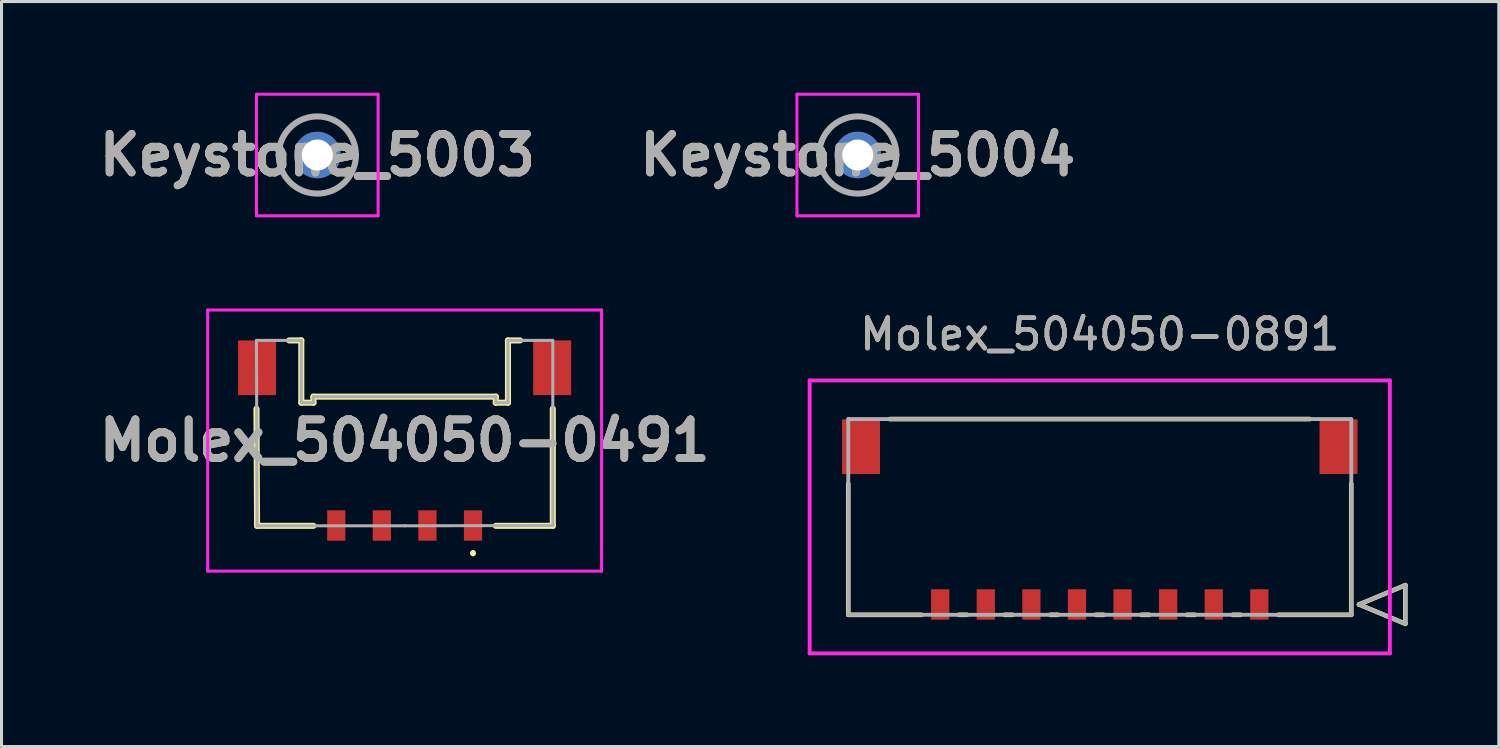
<source format=kicad_pcb>
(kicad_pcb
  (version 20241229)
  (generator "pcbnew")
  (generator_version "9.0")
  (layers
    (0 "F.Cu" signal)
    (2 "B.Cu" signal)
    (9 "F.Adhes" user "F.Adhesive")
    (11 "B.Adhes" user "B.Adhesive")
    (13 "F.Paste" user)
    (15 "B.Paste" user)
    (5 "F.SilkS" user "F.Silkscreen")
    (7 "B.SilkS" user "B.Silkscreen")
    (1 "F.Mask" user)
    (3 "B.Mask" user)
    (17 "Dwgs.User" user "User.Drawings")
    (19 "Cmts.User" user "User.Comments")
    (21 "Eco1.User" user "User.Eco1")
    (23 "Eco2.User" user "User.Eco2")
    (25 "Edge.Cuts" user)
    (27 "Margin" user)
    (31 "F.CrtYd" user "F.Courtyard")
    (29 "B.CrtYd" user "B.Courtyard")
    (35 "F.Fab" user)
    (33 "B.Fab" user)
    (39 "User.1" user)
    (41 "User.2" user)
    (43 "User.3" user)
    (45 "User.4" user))
  (footprint "Molex_504050-0891"
    (layer "F.Cu")
    (at 38.384 16.838)
    (property "Reference" "Molex_504050-0891" (at -5.25 -8.89 0) (unlocked yes) (layer "F.SilkS") (effects (font (size 1 1) (thickness 0.15))))
    (attr smd)
    (fp_line (start -13.525 -3.97) (end -13.525 0.34) (stroke (width 0.152) (type solid)) (layer "F.SilkS"))
    (fp_line (start -13.525 0.34) (end -11.12 0.34) (stroke (width 0.152) (type solid)) (layer "F.SilkS"))
    (fp_line (start -9.88 0.34) (end -9.62 0.34) (stroke (width 0.152) (type solid)) (layer "F.SilkS"))
    (fp_line (start -8.38 0.34) (end -8.12 0.34) (stroke (width 0.152) (type solid)) (layer "F.SilkS"))
    (fp_line (start -6.88 0.34) (end -6.62 0.34) (stroke (width 0.152) (type solid)) (layer "F.SilkS"))
    (fp_line (start -5.38 0.34) (end -5.12 0.34) (stroke (width 0.152) (type solid)) (layer "F.SilkS"))
    (fp_line (start -3.88 0.34) (end -3.62 0.34) (stroke (width 0.152) (type solid)) (layer "F.SilkS"))
    (fp_line (start -2.38 0.34) (end -2.12 0.34) (stroke (width 0.152) (type solid)) (layer "F.SilkS"))
    (fp_line (start -0.88 0.34) (end -0.62 0.34) (stroke (width 0.152) (type solid)) (layer "F.SilkS"))
    (fp_line (start 0.62 0.34) (end 3.025 0.34) (stroke (width 0.152) (type solid)) (layer "F.SilkS"))
    (fp_line (start 1.66 -6.1) (end -12.16 -6.1) (stroke (width 0.152) (type solid)) (layer "F.SilkS"))
    (fp_line (start 3.025 0.34) (end 3.025 -3.97) (stroke (width 0.152) (type solid)) (layer "F.SilkS"))
    (fp_line (start 3.279 0) (end 4.803 -0.635) (stroke (width 0.152) (type solid)) (layer "F.SilkS"))
    (fp_line (start 4.803 -0.635) (end 4.803 0.635) (stroke (width 0.152) (type solid)) (layer "F.SilkS"))
    (fp_line (start 4.803 0.635) (end 3.279 0) (stroke (width 0.152) (type solid)) (layer "F.SilkS"))
    (fp_line (start -14.795 -7.37) (end -14.795 1.61) (stroke (width 0.127) (type solid)) (layer "F.CrtYd"))
    (fp_line (start -14.795 1.61) (end 4.295 1.61) (stroke (width 0.127) (type solid)) (layer "F.CrtYd"))
    (fp_line (start 4.295 -7.37) (end -14.795 -7.37) (stroke (width 0.127) (type solid)) (layer "F.CrtYd"))
    (fp_line (start 4.295 1.61) (end 4.295 -7.37) (stroke (width 0.127) (type solid)) (layer "F.CrtYd"))
    (fp_line (start -13.525 -6.1) (end -13.525 0.34) (stroke (width 0.127) (type solid)) (layer "F.Fab"))
    (fp_line (start -13.525 0.34) (end 3.025 0.34) (stroke (width 0.127) (type solid)) (layer "F.Fab"))
    (fp_line (start 3.025 -6.1) (end -13.525 -6.1) (stroke (width 0.127) (type solid)) (layer "F.Fab"))
    (fp_line (start 3.025 0.34) (end 3.025 -6.1) (stroke (width 0.127) (type solid)) (layer "F.Fab"))
    (fp_line (start 3.279 0) (end 4.803 -0.635) (stroke (width 0.127) (type solid)) (layer "F.Fab"))
    (fp_line (start 4.803 -0.635) (end 4.803 0.635) (stroke (width 0.127) (type solid)) (layer "F.Fab"))
    (fp_line (start 4.803 0.635) (end 3.279 0) (stroke (width 0.127) (type solid)) (layer "F.Fab"))
    (fp_text user "${REFERENCE}" (at -5.25 -8.89 0) (unlocked yes) (layer "F.Fab") (effects (font (size 1 1) (thickness 0.15))))
    (pad "1" smd rect (at 0 0) (size 0.6 1) (layers "F.Cu" "F.Mask" "F.Paste"))
    (pad "2" smd rect (at -1.5 0) (size 0.6 1) (layers "F.Cu" "F.Mask" "F.Paste"))
    (pad "3" smd rect (at -3 0) (size 0.6 1) (layers "F.Cu" "F.Mask" "F.Paste"))
    (pad "4" smd rect (at -4.5 0) (size 0.6 1) (layers "F.Cu" "F.Mask" "F.Paste"))
    (pad "5" smd rect (at -6 0) (size 0.6 1) (layers "F.Cu" "F.Mask" "F.Paste"))
    (pad "6" smd rect (at -7.5 0) (size 0.6 1) (layers "F.Cu" "F.Mask" "F.Paste"))
    (pad "7" smd rect (at -9 0) (size 0.6 1) (layers "F.Cu" "F.Mask" "F.Paste"))
    (pad "8" smd rect (at -10.5 0) (size 0.6 1) (layers "F.Cu" "F.Mask" "F.Paste"))
    (pad "9" smd rect (at 2.605 -5.19) (size 1.25 1.8) (layers "F.Cu" "F.Mask" "F.Paste"))
    (pad "10" smd rect (at -13.105 -5.19) (size 1.25 1.8) (layers "F.Cu" "F.Mask" "F.Paste")))
  (footprint "Molex_504050-0491"
    (layer "F.Cu")
    (at 10.263 11.2)
    (property "Reference" "Molex_504050-0491" (at 0 0.245 0) (layer "F.SilkS") (effects (font (size 1.27 1.27) (thickness 0.254))))
    (attr smd)
    (fp_line (start -4.855 3.05) (end -4.875 -0.8) (stroke (width 0.2) (type solid)) (layer "F.SilkS"))
    (fp_line (start -3.8 -3.05) (end -3.4 -3.05) (stroke (width 0.2) (type solid)) (layer "F.SilkS"))
    (fp_line (start -3.4 -3.05) (end -3.4 -1) (stroke (width 0.2) (type solid)) (layer "F.SilkS"))
    (fp_line (start -3.4 -1) (end -3 -1) (stroke (width 0.2) (type solid)) (layer "F.SilkS"))
    (fp_line (start -3 -1.2) (end 3 -1.2) (stroke (width 0.2) (type solid)) (layer "F.SilkS"))
    (fp_line (start -3 -1) (end -3 -1.2) (stroke (width 0.2) (type solid)) (layer "F.SilkS"))
    (fp_line (start -3 3.05) (end -4.855 3.05) (stroke (width 0.2) (type solid)) (layer "F.SilkS"))
    (fp_line (start 2.25 3.9) (end 2.25 3.9) (stroke (width 0.1) (type solid)) (layer "F.SilkS"))
    (fp_line (start 2.25 4) (end 2.25 4) (stroke (width 0.1) (type solid)) (layer "F.SilkS"))
    (fp_line (start 3 -1.2) (end 3 -1) (stroke (width 0.2) (type solid)) (layer "F.SilkS"))
    (fp_line (start 3 -1) (end 3.4 -1) (stroke (width 0.2) (type solid)) (layer "F.SilkS"))
    (fp_line (start 3 3.05) (end 4.875 3.05) (stroke (width 0.2) (type solid)) (layer "F.SilkS"))
    (fp_line (start 3.4 -3.05) (end 3.8 -3.05) (stroke (width 0.2) (type solid)) (layer "F.SilkS"))
    (fp_line (start 3.4 -1) (end 3.4 -3.05) (stroke (width 0.2) (type solid)) (layer "F.SilkS"))
    (fp_line (start 4.875 3.05) (end 4.875 -0.8) (stroke (width 0.2) (type solid)) (layer "F.SilkS"))
    (fp_arc (start 2.25 3.9) (mid 2.3 3.95) (end 2.25 4) (stroke (width 0.1) (type solid)) (layer "F.SilkS"))
    (fp_arc (start 2.25 4) (mid 2.2 3.95) (end 2.25 3.9) (stroke (width 0.1) (type solid)) (layer "F.SilkS"))
    (fp_line (start -6.48 -4.05) (end 6.48 -4.05) (stroke (width 0.1) (type solid)) (layer "F.CrtYd"))
    (fp_line (start -6.48 4.54) (end -6.48 -4.05) (stroke (width 0.1) (type solid)) (layer "F.CrtYd"))
    (fp_line (start 6.48 -4.05) (end 6.48 4.54) (stroke (width 0.1) (type solid)) (layer "F.CrtYd"))
    (fp_line (start 6.48 4.54) (end -6.48 4.54) (stroke (width 0.1) (type solid)) (layer "F.CrtYd"))
    (fp_line (start -4.875 -3.05) (end -3.4 -3.05) (stroke (width 0.1) (type solid)) (layer "F.Fab"))
    (fp_line (start -4.855 3.05) (end -4.875 -3.05) (stroke (width 0.1) (type solid)) (layer "F.Fab"))
    (fp_line (start -3.4 -3.05) (end -3.4 -1) (stroke (width 0.1) (type solid)) (layer "F.Fab"))
    (fp_line (start -3.4 -1) (end -3 -1) (stroke (width 0.1) (type solid)) (layer "F.Fab"))
    (fp_line (start -3 -1.2) (end 3 -1.2) (stroke (width 0.1) (type solid)) (layer "F.Fab"))
    (fp_line (start -3 -1) (end -3 -1.2) (stroke (width 0.1) (type solid)) (layer "F.Fab"))
    (fp_line (start 0 3.05) (end -4.855 3.05) (stroke (width 0.1) (type solid)) (layer "F.Fab"))
    (fp_line (start 3 -1.2) (end 3 -1) (stroke (width 0.1) (type solid)) (layer "F.Fab"))
    (fp_line (start 3 -1) (end 3.4 -1) (stroke (width 0.1) (type solid)) (layer "F.Fab"))
    (fp_line (start 3.4 -3.05) (end 4.875 -3.05) (stroke (width 0.1) (type solid)) (layer "F.Fab"))
    (fp_line (start 3.4 -1) (end 3.4 -3.05) (stroke (width 0.1) (type solid)) (layer "F.Fab"))
    (fp_line (start 4.875 -3.05) (end 4.875 3.04) (stroke (width 0.1) (type solid)) (layer "F.Fab"))
    (fp_line (start 4.875 3.04) (end 0 3.05) (stroke (width 0.1) (type solid)) (layer "F.Fab"))
    (fp_text user "${REFERENCE}" (at 0 0.245 0) (layer "F.Fab") (effects (font (size 1.27 1.27) (thickness 0.254))))
    (pad "1" smd rect (at 2.25 3.04) (size 0.6 1) (layers "F.Cu" "F.Mask" "F.Paste"))
    (pad "2" smd rect (at 0.75 3.04) (size 0.6 1) (layers "F.Cu" "F.Mask" "F.Paste"))
    (pad "3" smd rect (at -0.75 3.04) (size 0.6 1) (layers "F.Cu" "F.Mask" "F.Paste"))
    (pad "4" smd rect (at -2.25 3.04) (size 0.6 1) (layers "F.Cu" "F.Mask" "F.Paste"))
    (pad "MP1" smd rect (at 4.855 -2.15) (size 1.25 1.8) (layers "F.Cu" "F.Mask" "F.Paste"))
    (pad "MP2" smd rect (at -4.855 -2.15) (size 1.25 1.8) (layers "F.Cu" "F.Mask" "F.Paste")))
  (footprint "Keystone_5003"
    (layer "F.Cu")
    (at 7.39 2.05)
    (property "Reference" "Keystone_5003" (at 0 0 0) (layer "F.SilkS") (effects (font (size 1.27 1.27) (thickness 0.254))))
    (attr through_hole)
    (fp_line (start -1.27 0) (end -1.27 0) (stroke (width 0.1) (type solid)) (layer "F.SilkS"))
    (fp_line (start 1.27 0) (end 1.27 0) (stroke (width 0.1) (type solid)) (layer "F.SilkS"))
    (fp_arc (start -1.27 0) (mid 0 -1.27) (end 1.27 0) (stroke (width 0.1) (type solid)) (layer "F.SilkS"))
    (fp_arc (start 1.27 0) (mid 0 1.27) (end -1.27 0) (stroke (width 0.1) (type solid)) (layer "F.SilkS"))
    (fp_line (start -2 -2) (end 2 -2) (stroke (width 0.1) (type solid)) (layer "F.CrtYd"))
    (fp_line (start -2 2) (end -2 -2) (stroke (width 0.1) (type solid)) (layer "F.CrtYd"))
    (fp_line (start 2 -2) (end 2 2) (stroke (width 0.1) (type solid)) (layer "F.CrtYd"))
    (fp_line (start 2 2) (end -2 2) (stroke (width 0.1) (type solid)) (layer "F.CrtYd"))
    (fp_line (start -1.27 0) (end -1.27 0) (stroke (width 0.2) (type solid)) (layer "F.Fab"))
    (fp_line (start 1.27 0) (end 1.27 0) (stroke (width 0.2) (type solid)) (layer "F.Fab"))
    (fp_arc (start -1.27 0) (mid 0 -1.27) (end 1.27 0) (stroke (width 0.2) (type solid)) (layer "F.Fab"))
    (fp_arc (start 1.27 0) (mid 0 1.27) (end -1.27 0) (stroke (width 0.2) (type solid)) (layer "F.Fab"))
    (fp_text user "${REFERENCE}" (at 0 0 0) (layer "F.Fab") (effects (font (size 1.27 1.27) (thickness 0.254))))
    (pad "1" thru_hole circle (at 0 0) (size 1.53 1.53) (drill 1.02) (layers "*.Cu" "*.Mask")))
  (footprint "Keystone_5004"
    (layer "F.Cu")
    (at 25.171 2.05)
    (property "Reference" "Keystone_5004" (at 0 0 0) (layer "F.SilkS") (effects (font (size 1.27 1.27) (thickness 0.254))))
    (attr through_hole)
    (fp_line (start -1.27 0) (end -1.27 0) (stroke (width 0.1) (type solid)) (layer "F.SilkS"))
    (fp_line (start 1.27 0) (end 1.27 0) (stroke (width 0.1) (type solid)) (layer "F.SilkS"))
    (fp_arc (start -1.27 0) (mid 0 -1.27) (end 1.27 0) (stroke (width 0.1) (type solid)) (layer "F.SilkS"))
    (fp_arc (start 1.27 0) (mid 0 1.27) (end -1.27 0) (stroke (width 0.1) (type solid)) (layer "F.SilkS"))
    (fp_line (start -2 -2) (end 2 -2) (stroke (width 0.1) (type solid)) (layer "F.CrtYd"))
    (fp_line (start -2 2) (end -2 -2) (stroke (width 0.1) (type solid)) (layer "F.CrtYd"))
    (fp_line (start 2 -2) (end 2 2) (stroke (width 0.1) (type solid)) (layer "F.CrtYd"))
    (fp_line (start 2 2) (end -2 2) (stroke (width 0.1) (type solid)) (layer "F.CrtYd"))
    (fp_line (start -1.27 0) (end -1.27 0) (stroke (width 0.2) (type solid)) (layer "F.Fab"))
    (fp_line (start 1.27 0) (end 1.27 0) (stroke (width 0.2) (type solid)) (layer "F.Fab"))
    (fp_arc (start -1.27 0) (mid 0 -1.27) (end 1.27 0) (stroke (width 0.2) (type solid)) (layer "F.Fab"))
    (fp_arc (start 1.27 0) (mid 0 1.27) (end -1.27 0) (stroke (width 0.2) (type solid)) (layer "F.Fab"))
    (fp_text user "${REFERENCE}" (at 0 0 0) (layer "F.Fab") (effects (font (size 1.27 1.27) (thickness 0.254))))
    (pad "1" thru_hole circle (at 0 0) (size 1.53 1.53) (drill 1.02) (layers "*.Cu" "*.Mask")))
  (gr_rect
    (start -3 -3)
    (end 46.263 21.512)
    (stroke (width 0.1) (type default))
    (fill no)
    (layer "Edge.Cuts")))
</source>
